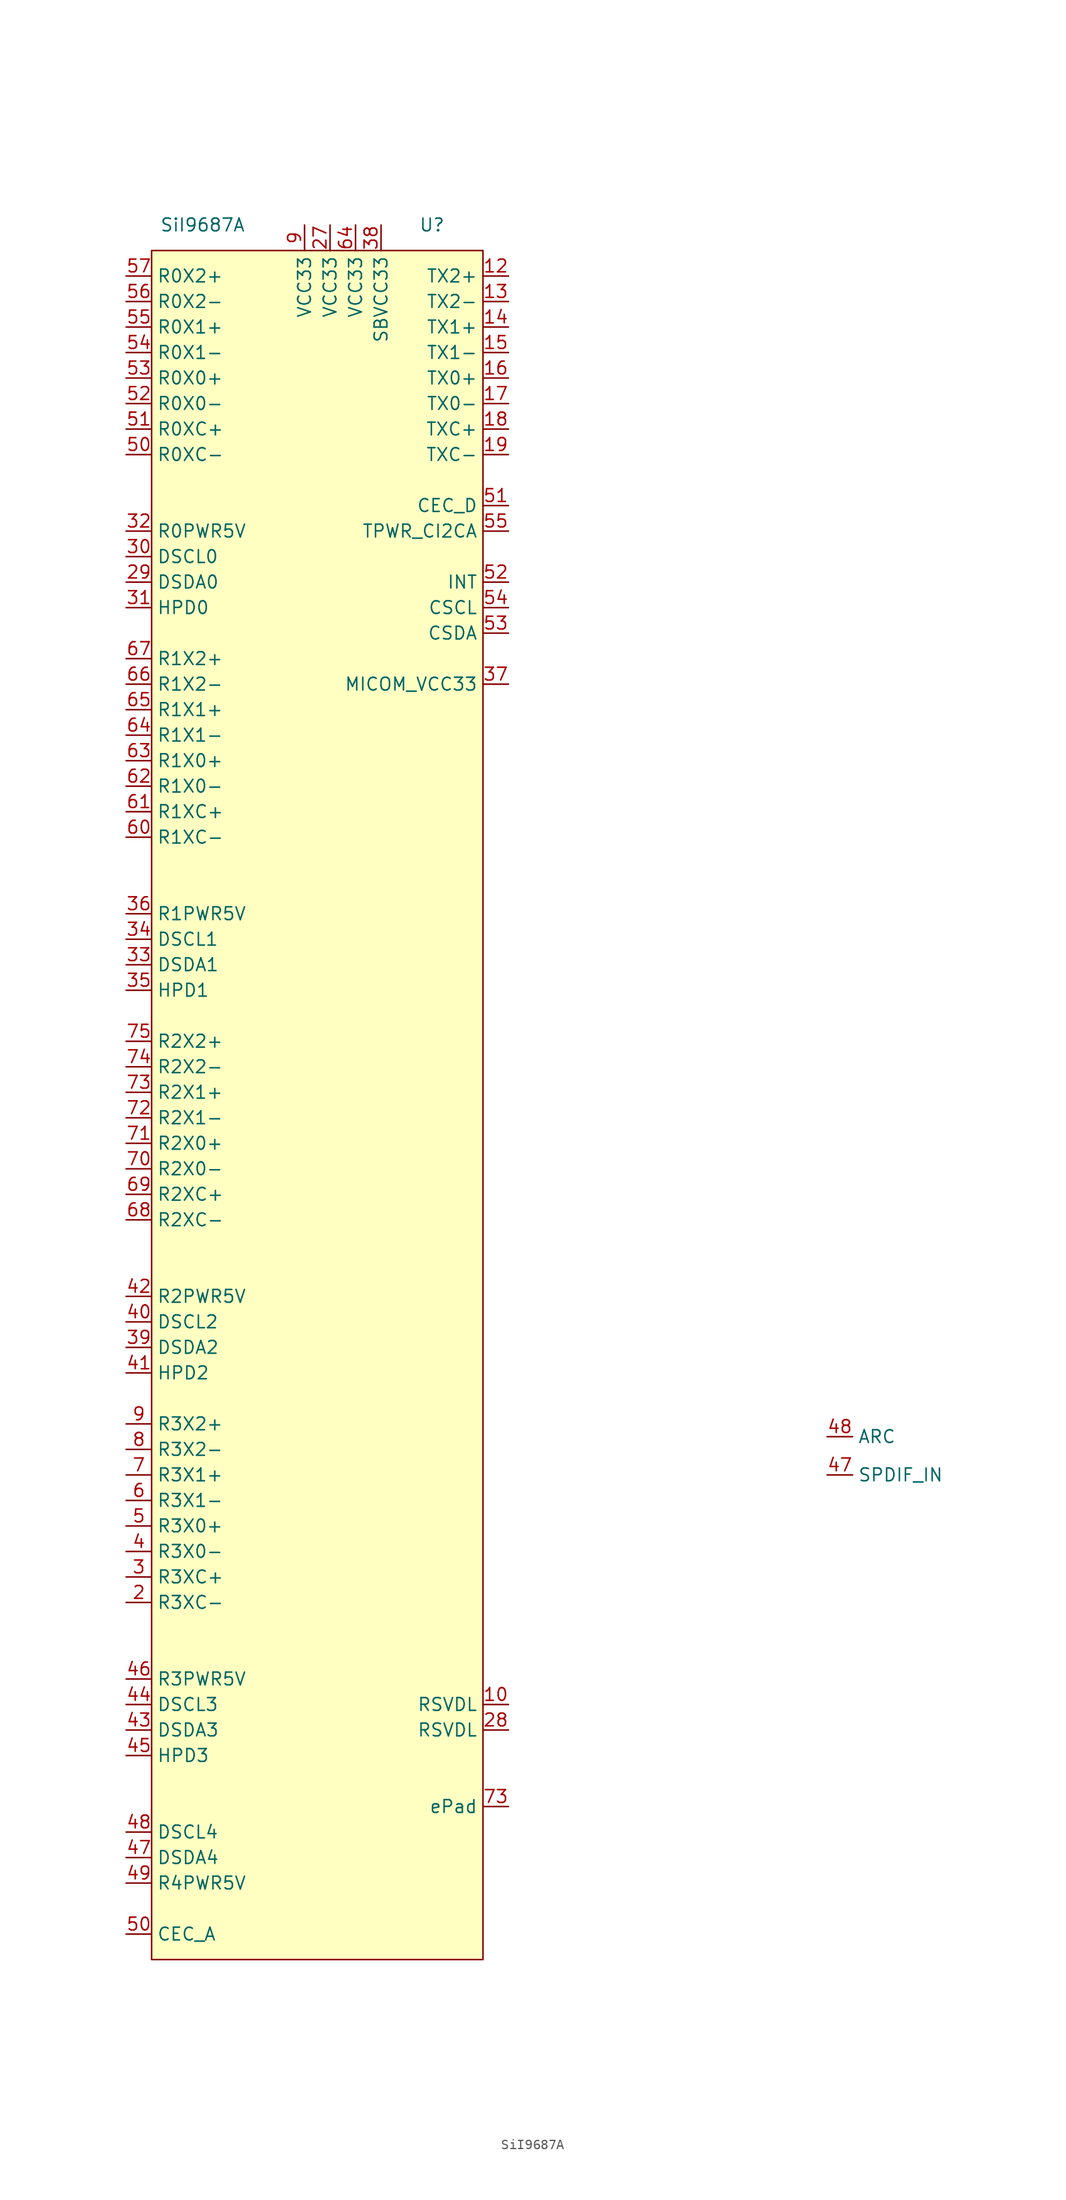
<source format=kicad_sym>
(kicad_symbol_lib
  (version 20241209)
  (generator "kicad_symbol_editor")
  (generator_version "9.0")
  (symbol "SiI9687A"
    (property "Reference" "U"
      (at 17.78 20.32 0)
      (effects (font (size 1.27 1.27))))
    (property "Value" "SiI9687A"
      (at -5.08 20.32 0)
      (effects (font (size 1.27 1.27))))
    (symbol "SiI9687A_0_1"
      (rectangle (start -10.16 17.78) (end 22.86 -152.4) (stroke (width 0.152) (type default)) (fill (type background))))
    (symbol "SiI9687A_1_1"
      (pin input line (at -12.7 15.24 0) (length 2.54) (name "R0X2+" (effects (font (size 1.27 1.27)))) (number "57" (effects (font (size 1.27 1.27)))))
      (pin input line (at -12.7 12.7 0) (length 2.54) (name "R0X2-" (effects (font (size 1.27 1.27)))) (number "56" (effects (font (size 1.27 1.27)))))
      (pin input line (at -12.7 10.16 0) (length 2.54) (name "R0X1+" (effects (font (size 1.27 1.27)))) (number "55" (effects (font (size 1.27 1.27)))))
      (pin input line (at -12.7 7.62 0) (length 2.54) (name "R0X1-" (effects (font (size 1.27 1.27)))) (number "54" (effects (font (size 1.27 1.27)))))
      (pin input line (at -12.7 5.08 0) (length 2.54) (name "R0X0+" (effects (font (size 1.27 1.27)))) (number "53" (effects (font (size 1.27 1.27)))))
      (pin input line (at -12.7 2.54 0) (length 2.54) (name "R0X0-" (effects (font (size 1.27 1.27)))) (number "52" (effects (font (size 1.27 1.27)))))
      (pin input line (at -12.7 0 0) (length 2.54) (name "R0XC+" (effects (font (size 1.27 1.27)))) (number "51" (effects (font (size 1.27 1.27)))))
      (pin input line (at -12.7 -2.54 0) (length 2.54) (name "R0XC-" (effects (font (size 1.27 1.27)))) (number "50" (effects (font (size 1.27 1.27)))))
      (pin input line (at -12.7 -10.16 0) (length 2.54) (name "R0PWR5V" (effects (font (size 1.27 1.27)))) (number "32" (effects (font (size 1.27 1.27)))))
      (pin input line (at -12.7 -12.7 0) (length 2.54) (name "DSCL0" (effects (font (size 1.27 1.27)))) (number "30" (effects (font (size 1.27 1.27)))))
      (pin bidirectional line (at -12.7 -15.24 0) (length 2.54) (name "DSDA0" (effects (font (size 1.27 1.27)))) (number "29" (effects (font (size 1.27 1.27)))))
      (pin output line (at -12.7 -17.78 0) (length 2.54) (name "HPD0" (effects (font (size 1.27 1.27)))) (number "31" (effects (font (size 1.27 1.27)))))
      (pin input line (at -12.7 -22.86 0) (length 2.54) (name "R1X2+" (effects (font (size 1.27 1.27)))) (number "67" (effects (font (size 1.27 1.27)))))
      (pin input line (at -12.7 -25.4 0) (length 2.54) (name "R1X2-" (effects (font (size 1.27 1.27)))) (number "66" (effects (font (size 1.27 1.27)))))
      (pin input line (at -12.7 -27.94 0) (length 2.54) (name "R1X1+" (effects (font (size 1.27 1.27)))) (number "65" (effects (font (size 1.27 1.27)))))
      (pin input line (at -12.7 -30.48 0) (length 2.54) (name "R1X1-" (effects (font (size 1.27 1.27)))) (number "64" (effects (font (size 1.27 1.27)))))
      (pin input line (at -12.7 -33.02 0) (length 2.54) (name "R1X0+" (effects (font (size 1.27 1.27)))) (number "63" (effects (font (size 1.27 1.27)))))
      (pin input line (at -12.7 -35.56 0) (length 2.54) (name "R1X0-" (effects (font (size 1.27 1.27)))) (number "62" (effects (font (size 1.27 1.27)))))
      (pin input line (at -12.7 -38.1 0) (length 2.54) (name "R1XC+" (effects (font (size 1.27 1.27)))) (number "61" (effects (font (size 1.27 1.27)))))
      (pin input line (at -12.7 -40.64 0) (length 2.54) (name "R1XC-" (effects (font (size 1.27 1.27)))) (number "60" (effects (font (size 1.27 1.27)))))
      (pin input line (at -12.7 -48.26 0) (length 2.54) (name "R1PWR5V" (effects (font (size 1.27 1.27)))) (number "36" (effects (font (size 1.27 1.27)))))
      (pin input line (at -12.7 -50.8 0) (length 2.54) (name "DSCL1" (effects (font (size 1.27 1.27)))) (number "34" (effects (font (size 1.27 1.27)))))
      (pin bidirectional line (at -12.7 -53.34 0) (length 2.54) (name "DSDA1" (effects (font (size 1.27 1.27)))) (number "33" (effects (font (size 1.27 1.27)))))
      (pin output line (at -12.7 -55.88 0) (length 2.54) (name "HPD1" (effects (font (size 1.27 1.27)))) (number "35" (effects (font (size 1.27 1.27)))))
      (pin input line (at -12.7 -60.96 0) (length 2.54) (name "R2X2+" (effects (font (size 1.27 1.27)))) (number "75" (effects (font (size 1.27 1.27)))))
      (pin input line (at -12.7 -63.5 0) (length 2.54) (name "R2X2-" (effects (font (size 1.27 1.27)))) (number "74" (effects (font (size 1.27 1.27)))))
      (pin input line (at -12.7 -66.04 0) (length 2.54) (name "R2X1+" (effects (font (size 1.27 1.27)))) (number "73" (effects (font (size 1.27 1.27)))))
      (pin input line (at -12.7 -68.58 0) (length 2.54) (name "R2X1-" (effects (font (size 1.27 1.27)))) (number "72" (effects (font (size 1.27 1.27)))))
      (pin input line (at -12.7 -71.12 0) (length 2.54) (name "R2X0+" (effects (font (size 1.27 1.27)))) (number "71" (effects (font (size 1.27 1.27)))))
      (pin input line (at -12.7 -73.66 0) (length 2.54) (name "R2X0-" (effects (font (size 1.27 1.27)))) (number "70" (effects (font (size 1.27 1.27)))))
      (pin input line (at -12.7 -76.2 0) (length 2.54) (name "R2XC+" (effects (font (size 1.27 1.27)))) (number "69" (effects (font (size 1.27 1.27)))))
      (pin input line (at -12.7 -78.74 0) (length 2.54) (name "R2XC-" (effects (font (size 1.27 1.27)))) (number "68" (effects (font (size 1.27 1.27)))))
      (pin input line (at -12.7 -86.36 0) (length 2.54) (name "R2PWR5V" (effects (font (size 1.27 1.27)))) (number "42" (effects (font (size 1.27 1.27)))))
      (pin input line (at -12.7 -88.9 0) (length 2.54) (name "DSCL2" (effects (font (size 1.27 1.27)))) (number "40" (effects (font (size 1.27 1.27)))))
      (pin bidirectional line (at -12.7 -91.44 0) (length 2.54) (name "DSDA2" (effects (font (size 1.27 1.27)))) (number "39" (effects (font (size 1.27 1.27)))))
      (pin output line (at -12.7 -93.98 0) (length 2.54) (name "HPD2" (effects (font (size 1.27 1.27)))) (number "41" (effects (font (size 1.27 1.27)))))
      (pin input line (at -12.7 -99.06 0) (length 2.54) (name "R3X2+" (effects (font (size 1.27 1.27)))) (number "9" (effects (font (size 1.27 1.27)))))
      (pin input line (at -12.7 -101.6 0) (length 2.54) (name "R3X2-" (effects (font (size 1.27 1.27)))) (number "8" (effects (font (size 1.27 1.27)))))
      (pin input line (at -12.7 -104.14 0) (length 2.54) (name "R3X1+" (effects (font (size 1.27 1.27)))) (number "7" (effects (font (size 1.27 1.27)))))
      (pin input line (at -12.7 -106.68 0) (length 2.54) (name "R3X1-" (effects (font (size 1.27 1.27)))) (number "6" (effects (font (size 1.27 1.27)))))
      (pin input line (at -12.7 -109.22 0) (length 2.54) (name "R3X0+" (effects (font (size 1.27 1.27)))) (number "5" (effects (font (size 1.27 1.27)))))
      (pin input line (at -12.7 -111.76 0) (length 2.54) (name "R3X0-" (effects (font (size 1.27 1.27)))) (number "4" (effects (font (size 1.27 1.27)))))
      (pin input line (at -12.7 -114.3 0) (length 2.54) (name "R3XC+" (effects (font (size 1.27 1.27)))) (number "3" (effects (font (size 1.27 1.27)))))
      (pin input line (at -12.7 -116.84 0) (length 2.54) (name "R3XC-" (effects (font (size 1.27 1.27)))) (number "2" (effects (font (size 1.27 1.27)))))
      (pin input line (at -12.7 -124.46 0) (length 2.54) (name "R3PWR5V" (effects (font (size 1.27 1.27)))) (number "46" (effects (font (size 1.27 1.27)))))
      (pin input line (at -12.7 -127 0) (length 2.54) (name "DSCL3" (effects (font (size 1.27 1.27)))) (number "44" (effects (font (size 1.27 1.27)))))
      (pin bidirectional line (at -12.7 -129.54 0) (length 2.54) (name "DSDA3" (effects (font (size 1.27 1.27)))) (number "43" (effects (font (size 1.27 1.27)))))
      (pin output line (at -12.7 -132.08 0) (length 2.54) (name "HPD3" (effects (font (size 1.27 1.27)))) (number "45" (effects (font (size 1.27 1.27)))))
      (pin input line (at -12.7 -139.7 0) (length 2.54) (name "DSCL4" (effects (font (size 1.27 1.27)))) (number "48" (effects (font (size 1.27 1.27)))))
      (pin bidirectional line (at -12.7 -142.24 0) (length 2.54) (name "DSDA4" (effects (font (size 1.27 1.27)))) (number "47" (effects (font (size 1.27 1.27)))))
      (pin power_in line (at -12.7 -144.78 0) (length 2.54) (name "R4PWR5V" (effects (font (size 1.27 1.27)))) (number "49" (effects (font (size 1.27 1.27)))))
      (pin bidirectional line (at -12.7 -149.86 0) (length 2.54) (name "CEC_A" (effects (font (size 1.27 1.27)))) (number "50" (effects (font (size 1.27 1.27)))))
      (pin power_in line (at 5.08 20.32 270) (length 2.54) (name "VCC33" (effects (font (size 1.27 1.27)))) (number "9" (effects (font (size 1.27 1.27)))))
      (pin power_in line (at 7.62 20.32 270) (length 2.54) (name "VCC33" (effects (font (size 1.27 1.27)))) (number "27" (effects (font (size 1.27 1.27)))))
      (pin power_in line (at 10.16 20.32 270) (length 2.54) (name "VCC33" (effects (font (size 1.27 1.27)))) (number "64" (effects (font (size 1.27 1.27)))))
      (pin power_in line (at 12.7 20.32 270) (length 2.54) (name "SBVCC33" (effects (font (size 1.27 1.27)))) (number "38" (effects (font (size 1.27 1.27)))))
      (pin output line (at 25.4 15.24 180) (length 2.54) (name "TX2+" (effects (font (size 1.27 1.27)))) (number "12" (effects (font (size 1.27 1.27)))))
      (pin output line (at 25.4 12.7 180) (length 2.54) (name "TX2-" (effects (font (size 1.27 1.27)))) (number "13" (effects (font (size 1.27 1.27)))))
      (pin output line (at 25.4 10.16 180) (length 2.54) (name "TX1+" (effects (font (size 1.27 1.27)))) (number "14" (effects (font (size 1.27 1.27)))))
      (pin output line (at 25.4 7.62 180) (length 2.54) (name "TX1-" (effects (font (size 1.27 1.27)))) (number "15" (effects (font (size 1.27 1.27)))))
      (pin output line (at 25.4 5.08 180) (length 2.54) (name "TX0+" (effects (font (size 1.27 1.27)))) (number "16" (effects (font (size 1.27 1.27)))))
      (pin output line (at 25.4 2.54 180) (length 2.54) (name "TX0-" (effects (font (size 1.27 1.27)))) (number "17" (effects (font (size 1.27 1.27)))))
      (pin output line (at 25.4 0 180) (length 2.54) (name "TXC+" (effects (font (size 1.27 1.27)))) (number "18" (effects (font (size 1.27 1.27)))))
      (pin output line (at 25.4 -2.54 180) (length 2.54) (name "TXC-" (effects (font (size 1.27 1.27)))) (number "19" (effects (font (size 1.27 1.27)))))
      (pin bidirectional line (at 25.4 -7.62 180) (length 2.54) (name "CEC_D" (effects (font (size 1.27 1.27)))) (number "51" (effects (font (size 1.27 1.27)))))
      (pin output line (at 25.4 -10.16 180) (length 2.54) (name "TPWR_CI2CA" (effects (font (size 1.27 1.27)))) (number "55" (effects (font (size 1.27 1.27)))))
      (pin output line (at 25.4 -15.24 180) (length 2.54) (name "INT" (effects (font (size 1.27 1.27)))) (number "52" (effects (font (size 1.27 1.27)))))
      (pin input line (at 25.4 -17.78 180) (length 2.54) (name "CSCL" (effects (font (size 1.27 1.27)))) (number "54" (effects (font (size 1.27 1.27)))))
      (pin bidirectional line (at 25.4 -20.32 180) (length 2.54) (name "CSDA" (effects (font (size 1.27 1.27)))) (number "53" (effects (font (size 1.27 1.27)))))
      (pin power_out line (at 25.4 -25.4 180) (length 2.54) (name "MICOM_VCC33" (effects (font (size 1.27 1.27)))) (number "37" (effects (font (size 1.27 1.27)))))
      (pin unspecified line (at 25.4 -127 180) (length 2.54) (name "RSVDL" (effects (font (size 1.27 1.27)))) (number "10" (effects (font (size 1.27 1.27)))))
      (pin unspecified line (at 25.4 -129.54 180) (length 2.54) (name "RSVDL" (effects (font (size 1.27 1.27)))) (number "28" (effects (font (size 1.27 1.27)))))
      (pin power_in line (at 25.4 -137.16 180) (length 2.54) (name "ePad" (effects (font (size 1.27 1.27)))) (number "73" (effects (font (size 1.27 1.27)))))
      (pin output line (at 57.15 -100.33 0) (length 2.54) (name "ARC" (effects (font (size 1.27 1.27)))) (number "48" (effects (font (size 1.27 1.27)))))
      (pin input line (at 57.15 -104.14 0) (length 2.54) (name "SPDIF_IN" (effects (font (size 1.27 1.27)))) (number "47" (effects (font (size 1.27 1.27))))))))
</source>
